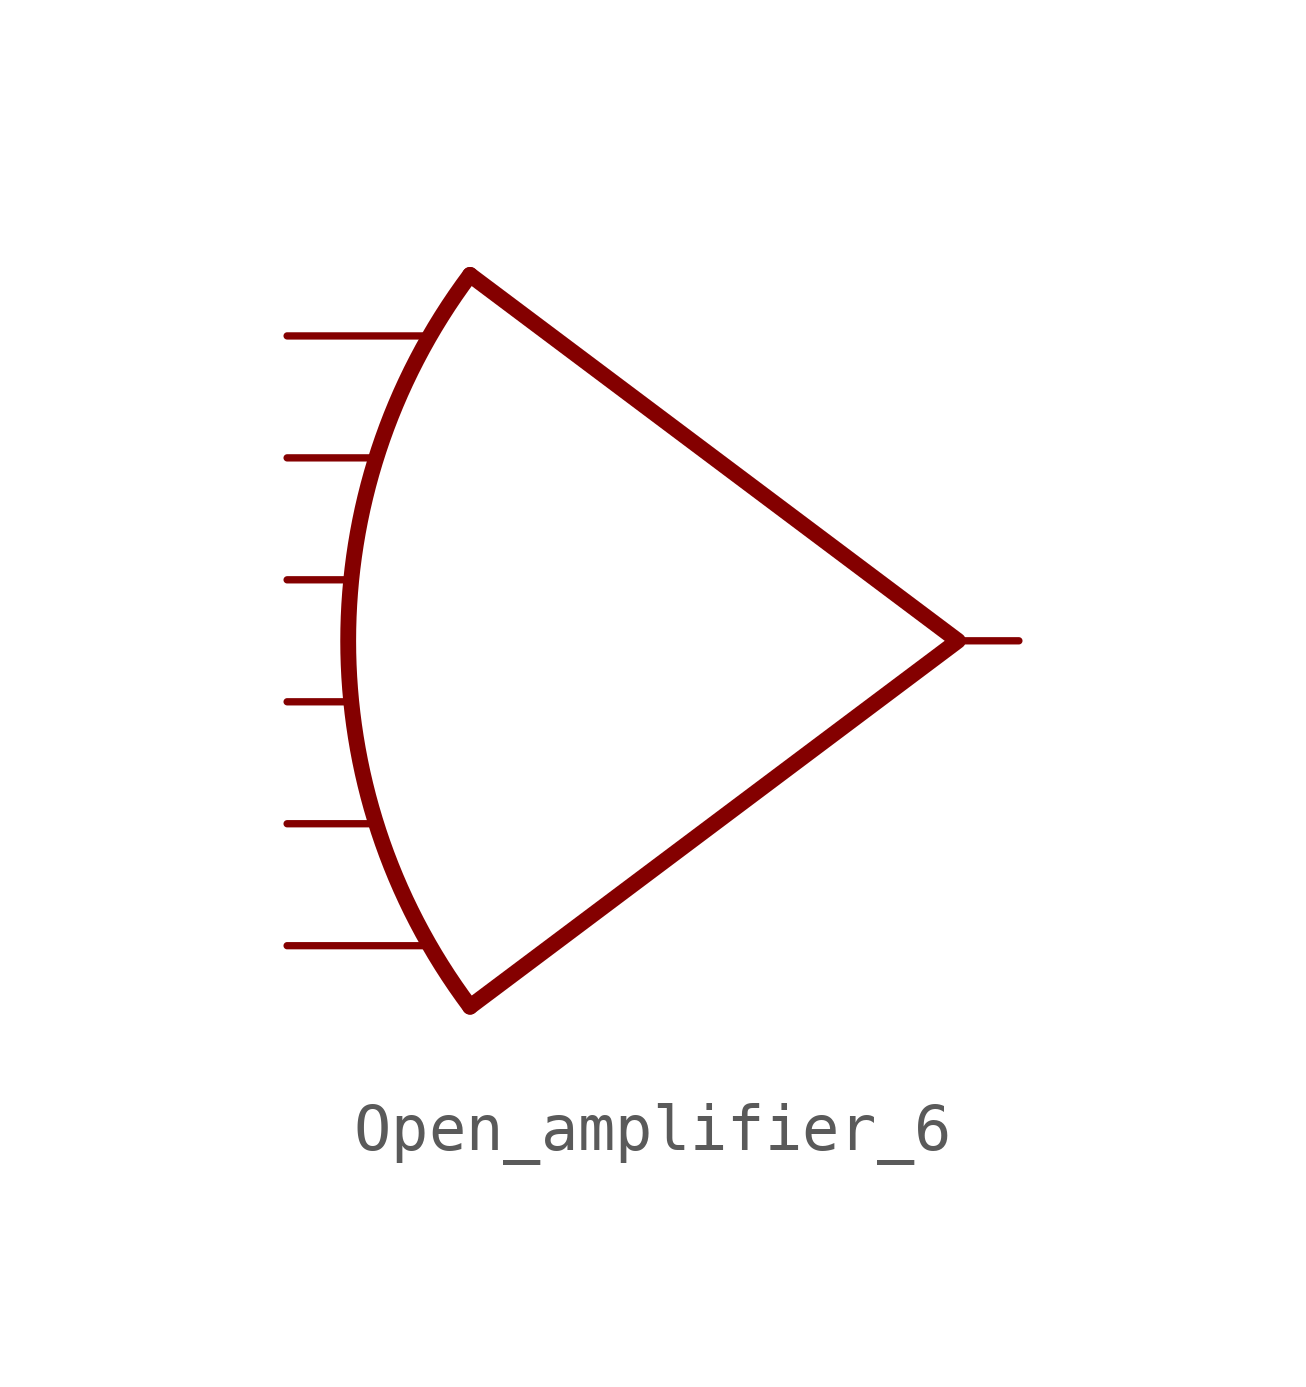
<source format=kicad_sym>
(kicad_symbol_lib
  (version 20211014)
  (generator kicad_symbol_editor)
  (symbol "Open_amplifier_6"
    (property "Reference" "U"
      (at 6.35 10.16 0)
      (effects (font (size 1.27 1.27)) hide))
    (symbol "Open_amplifier_6_0_1"
      (arc (start -5.08 7.62) (mid -7.6182 0) (end -5.08 -7.62) (stroke (width 0.33) (type default) (color 0 0 0 0)) (fill (type none)))
      (polyline (pts (xy -5.08 7.62) (xy 5.08 0) (xy -5.08 -7.62)) (stroke (width 0.33) (type default) (color 0 0 0 0)) (fill (type none))))
    (symbol "Open_amplifier_6_1_1"
      (pin input line (at -8.89 -6.35 0) (length 2.9) (name "" (effects (font (size 1.27 1.27)))) (number "" (effects (font (size 1.27 1.27)))))
      (pin input line (at -8.89 -3.81 0) (length 1.8) (name "" (effects (font (size 1.27 1.27)))) (number "" (effects (font (size 1.27 1.27)))))
      (pin input line (at -8.89 -1.27 0) (length 1.4) (name "" (effects (font (size 1.27 1.27)))) (number "" (effects (font (size 1.27 1.27)))))
      (pin input line (at -8.89 1.27 0) (length 1.4) (name "" (effects (font (size 1.27 1.27)))) (number "" (effects (font (size 1.27 1.27)))))
      (pin input line (at -8.89 3.81 0) (length 1.8) (name "" (effects (font (size 1.27 1.27)))) (number "" (effects (font (size 1.27 1.27)))))
      (pin input line (at -8.89 6.35 0) (length 2.9) (name "" (effects (font (size 1.27 1.27)))) (number "" (effects (font (size 1.27 1.27)))))
      (pin output line (at 6.35 0 180) (length 1.27) (name "" (effects (font (size 1.27 1.27)))) (number "" (effects (font (size 1.27 1.27))))))))
</source>
